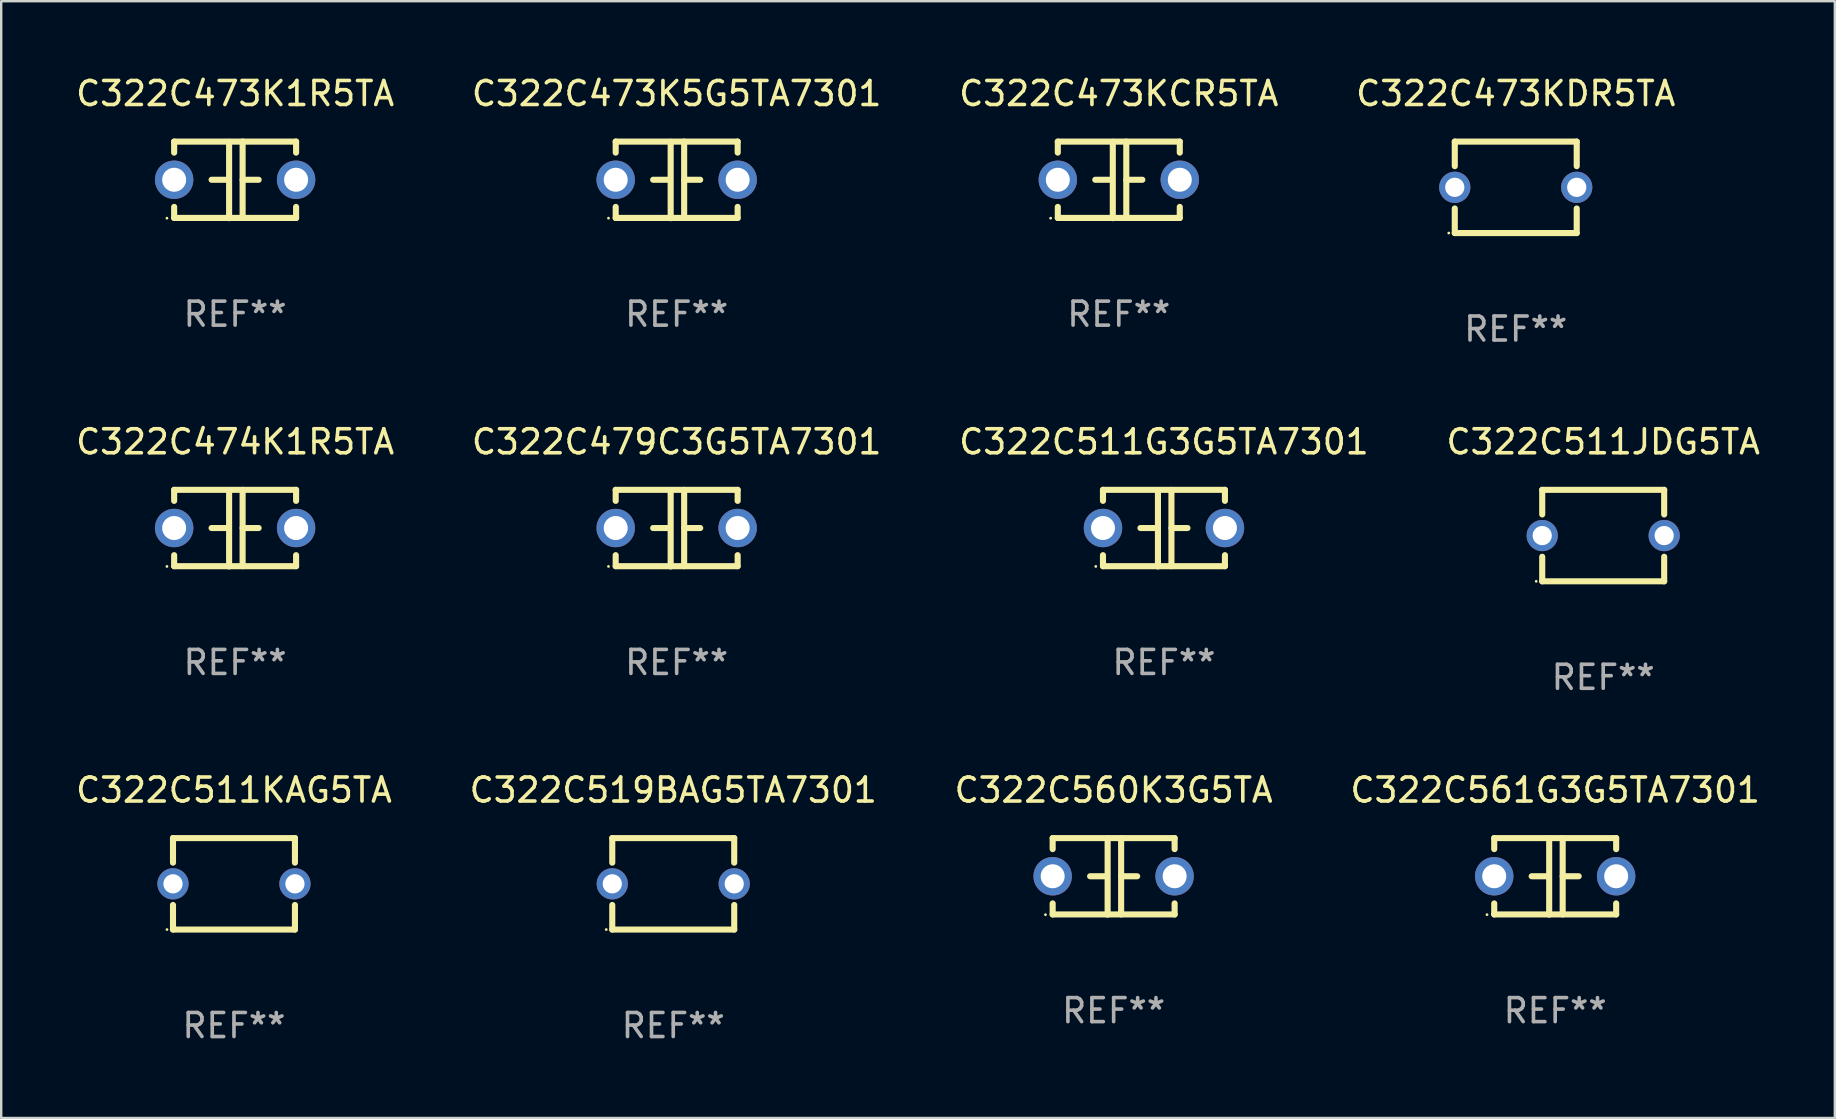
<source format=kicad_pcb>
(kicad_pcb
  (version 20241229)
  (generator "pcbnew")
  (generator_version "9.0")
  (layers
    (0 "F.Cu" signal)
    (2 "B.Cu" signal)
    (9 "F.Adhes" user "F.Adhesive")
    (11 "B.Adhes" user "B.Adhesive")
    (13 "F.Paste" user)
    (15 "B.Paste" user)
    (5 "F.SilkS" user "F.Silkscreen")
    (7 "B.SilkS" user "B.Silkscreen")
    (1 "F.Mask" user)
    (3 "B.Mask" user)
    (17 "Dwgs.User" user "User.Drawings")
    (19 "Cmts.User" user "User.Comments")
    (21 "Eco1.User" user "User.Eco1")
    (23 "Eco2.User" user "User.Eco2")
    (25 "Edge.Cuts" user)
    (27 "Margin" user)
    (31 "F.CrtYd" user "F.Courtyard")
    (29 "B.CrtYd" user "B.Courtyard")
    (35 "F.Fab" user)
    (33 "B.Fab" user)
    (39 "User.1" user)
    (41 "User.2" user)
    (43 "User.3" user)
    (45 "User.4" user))
  (footprint "C322C473KCR5TA"
    (layer "F.Cu")
    (at 43.554 4.443)
    (property "Reference" "C322C473KCR5TA" (at 0 -3.595 0) (layer "F.SilkS") (effects (font (size 1 1) (thickness 0.15))))
    (attr through_hole)
    (fp_line (start -2.54 -1.595) (end -2.54 -1.136) (stroke (width 0.254) (type solid)) (layer "F.SilkS"))
    (fp_line (start -2.54 -1.595) (end 2.54 -1.595) (stroke (width 0.254) (type solid)) (layer "F.SilkS"))
    (fp_line (start -2.54 1.126) (end -2.54 1.585) (stroke (width 0.254) (type solid)) (layer "F.SilkS"))
    (fp_line (start -0.312 -0.005) (end -0.98 -0.005) (stroke (width 0.254) (type solid)) (layer "F.SilkS"))
    (fp_line (start -0.25 -1.585) (end -0.25 1.595) (stroke (width 0.254) (type solid)) (layer "F.SilkS"))
    (fp_line (start 0.312 -1.595) (end 0.312 1.585) (stroke (width 0.254) (type solid)) (layer "F.SilkS"))
    (fp_line (start 0.312 -0.005) (end 0.98 -0.005) (stroke (width 0.254) (type solid)) (layer "F.SilkS"))
    (fp_line (start 2.54 -1.595) (end 2.54 -1.136) (stroke (width 0.254) (type solid)) (layer "F.SilkS"))
    (fp_line (start 2.54 1.126) (end 2.54 1.585) (stroke (width 0.254) (type solid)) (layer "F.SilkS"))
    (fp_line (start 2.54 1.585) (end -2.54 1.585) (stroke (width 0.254) (type solid)) (layer "F.SilkS"))
    (fp_circle (center -2.84 1.595) (end -2.81 1.595) (stroke (width 0.06) (type solid)) (fill no) (layer "F.SilkS"))
    (fp_text user "REF**" (at 0 5.595 0) (layer "F.Fab") (effects (font (size 1 1) (thickness 0.15))))
    (pad "1" thru_hole circle (at -2.54 -0.005) (size 1.6 1.6) (drill 1) (layers "*.Cu" "*.Mask"))
    (pad "2" thru_hole circle (at 2.54 -0.005) (size 1.6 1.6) (drill 1) (layers "*.Cu" "*.Mask")))
  (footprint "C322C473K5G5TA7301"
    (layer "F.Cu")
    (at 25.137 4.443)
    (property "Reference" "C322C473K5G5TA7301" (at 0 -3.595 0) (layer "F.SilkS") (effects (font (size 1 1) (thickness 0.15))))
    (attr through_hole)
    (fp_line (start -2.54 -1.595) (end -2.54 -1.136) (stroke (width 0.254) (type solid)) (layer "F.SilkS"))
    (fp_line (start -2.54 -1.595) (end 2.54 -1.595) (stroke (width 0.254) (type solid)) (layer "F.SilkS"))
    (fp_line (start -2.54 1.126) (end -2.54 1.585) (stroke (width 0.254) (type solid)) (layer "F.SilkS"))
    (fp_line (start -0.312 -0.005) (end -0.98 -0.005) (stroke (width 0.254) (type solid)) (layer "F.SilkS"))
    (fp_line (start -0.25 -1.585) (end -0.25 1.595) (stroke (width 0.254) (type solid)) (layer "F.SilkS"))
    (fp_line (start 0.312 -1.595) (end 0.312 1.585) (stroke (width 0.254) (type solid)) (layer "F.SilkS"))
    (fp_line (start 0.312 -0.005) (end 0.98 -0.005) (stroke (width 0.254) (type solid)) (layer "F.SilkS"))
    (fp_line (start 2.54 -1.595) (end 2.54 -1.136) (stroke (width 0.254) (type solid)) (layer "F.SilkS"))
    (fp_line (start 2.54 1.126) (end 2.54 1.585) (stroke (width 0.254) (type solid)) (layer "F.SilkS"))
    (fp_line (start 2.54 1.585) (end -2.54 1.585) (stroke (width 0.254) (type solid)) (layer "F.SilkS"))
    (fp_circle (center -2.84 1.595) (end -2.81 1.595) (stroke (width 0.06) (type solid)) (fill no) (layer "F.SilkS"))
    (fp_text user "REF**" (at 0 5.595 0) (layer "F.Fab") (effects (font (size 1 1) (thickness 0.15))))
    (pad "1" thru_hole circle (at -2.54 -0.005) (size 1.6 1.6) (drill 1) (layers "*.Cu" "*.Mask"))
    (pad "2" thru_hole circle (at 2.54 -0.005) (size 1.6 1.6) (drill 1) (layers "*.Cu" "*.Mask")))
  (footprint "C322C561G3G5TA7301"
    (layer "F.Cu")
    (at 61.732 33.456)
    (property "Reference" "C322C561G3G5TA7301" (at 0 -3.595 0) (layer "F.SilkS") (effects (font (size 1 1) (thickness 0.15))))
    (attr through_hole)
    (fp_line (start -2.54 -1.595) (end -2.54 -1.136) (stroke (width 0.254) (type solid)) (layer "F.SilkS"))
    (fp_line (start -2.54 -1.595) (end 2.54 -1.595) (stroke (width 0.254) (type solid)) (layer "F.SilkS"))
    (fp_line (start -2.54 1.126) (end -2.54 1.585) (stroke (width 0.254) (type solid)) (layer "F.SilkS"))
    (fp_line (start -0.312 -0.005) (end -0.98 -0.005) (stroke (width 0.254) (type solid)) (layer "F.SilkS"))
    (fp_line (start -0.25 -1.585) (end -0.25 1.595) (stroke (width 0.254) (type solid)) (layer "F.SilkS"))
    (fp_line (start 0.312 -1.595) (end 0.312 1.585) (stroke (width 0.254) (type solid)) (layer "F.SilkS"))
    (fp_line (start 0.312 -0.005) (end 0.98 -0.005) (stroke (width 0.254) (type solid)) (layer "F.SilkS"))
    (fp_line (start 2.54 -1.595) (end 2.54 -1.136) (stroke (width 0.254) (type solid)) (layer "F.SilkS"))
    (fp_line (start 2.54 1.126) (end 2.54 1.585) (stroke (width 0.254) (type solid)) (layer "F.SilkS"))
    (fp_line (start 2.54 1.585) (end -2.54 1.585) (stroke (width 0.254) (type solid)) (layer "F.SilkS"))
    (fp_circle (center -2.84 1.595) (end -2.81 1.595) (stroke (width 0.06) (type solid)) (fill no) (layer "F.SilkS"))
    (fp_text user "REF**" (at 0 5.595 0) (layer "F.Fab") (effects (font (size 1 1) (thickness 0.15))))
    (pad "1" thru_hole circle (at -2.54 -0.005) (size 1.6 1.6) (drill 1) (layers "*.Cu" "*.Mask"))
    (pad "2" thru_hole circle (at 2.54 -0.005) (size 1.6 1.6) (drill 1) (layers "*.Cu" "*.Mask")))
  (footprint "C322C474K1R5TA"
    (layer "F.Cu")
    (at 6.744 18.95)
    (property "Reference" "C322C474K1R5TA" (at 0 -3.595 0) (layer "F.SilkS") (effects (font (size 1 1) (thickness 0.15))))
    (attr through_hole)
    (fp_line (start -2.54 -1.595) (end -2.54 -1.136) (stroke (width 0.254) (type solid)) (layer "F.SilkS"))
    (fp_line (start -2.54 -1.595) (end 2.54 -1.595) (stroke (width 0.254) (type solid)) (layer "F.SilkS"))
    (fp_line (start -2.54 1.126) (end -2.54 1.585) (stroke (width 0.254) (type solid)) (layer "F.SilkS"))
    (fp_line (start -0.312 -0.005) (end -0.98 -0.005) (stroke (width 0.254) (type solid)) (layer "F.SilkS"))
    (fp_line (start -0.25 -1.585) (end -0.25 1.595) (stroke (width 0.254) (type solid)) (layer "F.SilkS"))
    (fp_line (start 0.312 -1.595) (end 0.312 1.585) (stroke (width 0.254) (type solid)) (layer "F.SilkS"))
    (fp_line (start 0.312 -0.005) (end 0.98 -0.005) (stroke (width 0.254) (type solid)) (layer "F.SilkS"))
    (fp_line (start 2.54 -1.595) (end 2.54 -1.136) (stroke (width 0.254) (type solid)) (layer "F.SilkS"))
    (fp_line (start 2.54 1.126) (end 2.54 1.585) (stroke (width 0.254) (type solid)) (layer "F.SilkS"))
    (fp_line (start 2.54 1.585) (end -2.54 1.585) (stroke (width 0.254) (type solid)) (layer "F.SilkS"))
    (fp_circle (center -2.84 1.595) (end -2.81 1.595) (stroke (width 0.06) (type solid)) (fill no) (layer "F.SilkS"))
    (fp_text user "REF**" (at 0 5.595 0) (layer "F.Fab") (effects (font (size 1 1) (thickness 0.15))))
    (pad "1" thru_hole circle (at -2.54 -0.005) (size 1.6 1.6) (drill 1) (layers "*.Cu" "*.Mask"))
    (pad "2" thru_hole circle (at 2.54 -0.005) (size 1.6 1.6) (drill 1) (layers "*.Cu" "*.Mask")))
  (footprint "C322C511KAG5TA"
    (layer "F.Cu")
    (at 6.696 33.766)
    (property "Reference" "C322C511KAG5TA" (at 0 -3.905 0) (layer "F.SilkS") (effects (font (size 1 1) (thickness 0.15))))
    (attr through_hole)
    (fp_line (start -2.54 -1.905) (end -2.54 -0.881) (stroke (width 0.254) (type solid)) (layer "F.SilkS"))
    (fp_line (start -2.54 0.881) (end -2.54 1.905) (stroke (width 0.254) (type solid)) (layer "F.SilkS"))
    (fp_line (start -2.54 1.905) (end 2.54 1.905) (stroke (width 0.254) (type solid)) (layer "F.SilkS"))
    (fp_line (start 2.54 -1.905) (end -2.54 -1.905) (stroke (width 0.254) (type solid)) (layer "F.SilkS"))
    (fp_line (start 2.54 -0.881) (end 2.54 -1.905) (stroke (width 0.254) (type solid)) (layer "F.SilkS"))
    (fp_line (start 2.54 1.905) (end 2.54 0.881) (stroke (width 0.254) (type solid)) (layer "F.SilkS"))
    (fp_circle (center -2.79 1.905) (end -2.76 1.905) (stroke (width 0.06) (type solid)) (fill no) (layer "F.SilkS"))
    (fp_text user "REF**" (at 0 5.905 0) (layer "F.Fab") (effects (font (size 1 1) (thickness 0.15))))
    (pad "1" thru_hole circle (at -2.54 0) (size 1.3 1.3) (drill 0.8) (layers "*.Cu" "*.Mask"))
    (pad "2" thru_hole circle (at 2.54 0) (size 1.3 1.3) (drill 0.8) (layers "*.Cu" "*.Mask")))
  (footprint "C322C519BAG5TA7301"
    (layer "F.Cu")
    (at 24.994 33.766)
    (property "Reference" "C322C519BAG5TA7301" (at 0 -3.905 0) (layer "F.SilkS") (effects (font (size 1 1) (thickness 0.15))))
    (attr through_hole)
    (fp_line (start -2.54 -1.905) (end -2.54 -0.881) (stroke (width 0.254) (type solid)) (layer "F.SilkS"))
    (fp_line (start -2.54 0.881) (end -2.54 1.905) (stroke (width 0.254) (type solid)) (layer "F.SilkS"))
    (fp_line (start -2.54 1.905) (end 2.54 1.905) (stroke (width 0.254) (type solid)) (layer "F.SilkS"))
    (fp_line (start 2.54 -1.905) (end -2.54 -1.905) (stroke (width 0.254) (type solid)) (layer "F.SilkS"))
    (fp_line (start 2.54 -0.881) (end 2.54 -1.905) (stroke (width 0.254) (type solid)) (layer "F.SilkS"))
    (fp_line (start 2.54 1.905) (end 2.54 0.881) (stroke (width 0.254) (type solid)) (layer "F.SilkS"))
    (fp_circle (center -2.79 1.905) (end -2.76 1.905) (stroke (width 0.06) (type solid)) (fill no) (layer "F.SilkS"))
    (fp_text user "REF**" (at 0 5.905 0) (layer "F.Fab") (effects (font (size 1 1) (thickness 0.15))))
    (pad "1" thru_hole circle (at -2.54 0) (size 1.3 1.3) (drill 0.8) (layers "*.Cu" "*.Mask"))
    (pad "2" thru_hole circle (at 2.54 0) (size 1.3 1.3) (drill 0.8) (layers "*.Cu" "*.Mask")))
  (footprint "C322C511JDG5TA"
    (layer "F.Cu")
    (at 63.732 19.26)
    (property "Reference" "C322C511JDG5TA" (at 0 -3.905 0) (layer "F.SilkS") (effects (font (size 1 1) (thickness 0.15))))
    (attr through_hole)
    (fp_line (start -2.54 -1.905) (end -2.54 -0.881) (stroke (width 0.254) (type solid)) (layer "F.SilkS"))
    (fp_line (start -2.54 0.881) (end -2.54 1.905) (stroke (width 0.254) (type solid)) (layer "F.SilkS"))
    (fp_line (start -2.54 1.905) (end 2.54 1.905) (stroke (width 0.254) (type solid)) (layer "F.SilkS"))
    (fp_line (start 2.54 -1.905) (end -2.54 -1.905) (stroke (width 0.254) (type solid)) (layer "F.SilkS"))
    (fp_line (start 2.54 -0.881) (end 2.54 -1.905) (stroke (width 0.254) (type solid)) (layer "F.SilkS"))
    (fp_line (start 2.54 1.905) (end 2.54 0.881) (stroke (width 0.254) (type solid)) (layer "F.SilkS"))
    (fp_circle (center -2.79 1.905) (end -2.76 1.905) (stroke (width 0.06) (type solid)) (fill no) (layer "F.SilkS"))
    (fp_text user "REF**" (at 0 5.905 0) (layer "F.Fab") (effects (font (size 1 1) (thickness 0.15))))
    (pad "1" thru_hole circle (at -2.54 0) (size 1.3 1.3) (drill 0.8) (layers "*.Cu" "*.Mask"))
    (pad "2" thru_hole circle (at 2.54 0) (size 1.3 1.3) (drill 0.8) (layers "*.Cu" "*.Mask")))
  (footprint "C322C560K3G5TA"
    (layer "F.Cu")
    (at 43.339 33.456)
    (property "Reference" "C322C560K3G5TA" (at 0 -3.595 0) (layer "F.SilkS") (effects (font (size 1 1) (thickness 0.15))))
    (attr through_hole)
    (fp_line (start -2.54 -1.595) (end -2.54 -1.136) (stroke (width 0.254) (type solid)) (layer "F.SilkS"))
    (fp_line (start -2.54 -1.595) (end 2.54 -1.595) (stroke (width 0.254) (type solid)) (layer "F.SilkS"))
    (fp_line (start -2.54 1.126) (end -2.54 1.585) (stroke (width 0.254) (type solid)) (layer "F.SilkS"))
    (fp_line (start -0.312 -0.005) (end -0.98 -0.005) (stroke (width 0.254) (type solid)) (layer "F.SilkS"))
    (fp_line (start -0.25 -1.585) (end -0.25 1.595) (stroke (width 0.254) (type solid)) (layer "F.SilkS"))
    (fp_line (start 0.312 -1.595) (end 0.312 1.585) (stroke (width 0.254) (type solid)) (layer "F.SilkS"))
    (fp_line (start 0.312 -0.005) (end 0.98 -0.005) (stroke (width 0.254) (type solid)) (layer "F.SilkS"))
    (fp_line (start 2.54 -1.595) (end 2.54 -1.136) (stroke (width 0.254) (type solid)) (layer "F.SilkS"))
    (fp_line (start 2.54 1.126) (end 2.54 1.585) (stroke (width 0.254) (type solid)) (layer "F.SilkS"))
    (fp_line (start 2.54 1.585) (end -2.54 1.585) (stroke (width 0.254) (type solid)) (layer "F.SilkS"))
    (fp_circle (center -2.84 1.595) (end -2.81 1.595) (stroke (width 0.06) (type solid)) (fill no) (layer "F.SilkS"))
    (fp_text user "REF**" (at 0 5.595 0) (layer "F.Fab") (effects (font (size 1 1) (thickness 0.15))))
    (pad "1" thru_hole circle (at -2.54 -0.005) (size 1.6 1.6) (drill 1) (layers "*.Cu" "*.Mask"))
    (pad "2" thru_hole circle (at 2.54 -0.005) (size 1.6 1.6) (drill 1) (layers "*.Cu" "*.Mask")))
  (footprint "C322C511G3G5TA7301"
    (layer "F.Cu")
    (at 45.435 18.95)
    (property "Reference" "C322C511G3G5TA7301" (at 0 -3.595 0) (layer "F.SilkS") (effects (font (size 1 1) (thickness 0.15))))
    (attr through_hole)
    (fp_line (start -2.54 -1.595) (end -2.54 -1.136) (stroke (width 0.254) (type solid)) (layer "F.SilkS"))
    (fp_line (start -2.54 -1.595) (end 2.54 -1.595) (stroke (width 0.254) (type solid)) (layer "F.SilkS"))
    (fp_line (start -2.54 1.126) (end -2.54 1.585) (stroke (width 0.254) (type solid)) (layer "F.SilkS"))
    (fp_line (start -0.312 -0.005) (end -0.98 -0.005) (stroke (width 0.254) (type solid)) (layer "F.SilkS"))
    (fp_line (start -0.25 -1.585) (end -0.25 1.595) (stroke (width 0.254) (type solid)) (layer "F.SilkS"))
    (fp_line (start 0.312 -1.595) (end 0.312 1.585) (stroke (width 0.254) (type solid)) (layer "F.SilkS"))
    (fp_line (start 0.312 -0.005) (end 0.98 -0.005) (stroke (width 0.254) (type solid)) (layer "F.SilkS"))
    (fp_line (start 2.54 -1.595) (end 2.54 -1.136) (stroke (width 0.254) (type solid)) (layer "F.SilkS"))
    (fp_line (start 2.54 1.126) (end 2.54 1.585) (stroke (width 0.254) (type solid)) (layer "F.SilkS"))
    (fp_line (start 2.54 1.585) (end -2.54 1.585) (stroke (width 0.254) (type solid)) (layer "F.SilkS"))
    (fp_circle (center -2.84 1.595) (end -2.81 1.595) (stroke (width 0.06) (type solid)) (fill no) (layer "F.SilkS"))
    (fp_text user "REF**" (at 0 5.595 0) (layer "F.Fab") (effects (font (size 1 1) (thickness 0.15))))
    (pad "1" thru_hole circle (at -2.54 -0.005) (size 1.6 1.6) (drill 1) (layers "*.Cu" "*.Mask"))
    (pad "2" thru_hole circle (at 2.54 -0.005) (size 1.6 1.6) (drill 1) (layers "*.Cu" "*.Mask")))
  (footprint "C322C473K1R5TA"
    (layer "F.Cu")
    (at 6.744 4.443)
    (property "Reference" "C322C473K1R5TA" (at 0 -3.595 0) (layer "F.SilkS") (effects (font (size 1 1) (thickness 0.15))))
    (attr through_hole)
    (fp_line (start -2.54 -1.595) (end -2.54 -1.136) (stroke (width 0.254) (type solid)) (layer "F.SilkS"))
    (fp_line (start -2.54 -1.595) (end 2.54 -1.595) (stroke (width 0.254) (type solid)) (layer "F.SilkS"))
    (fp_line (start -2.54 1.126) (end -2.54 1.585) (stroke (width 0.254) (type solid)) (layer "F.SilkS"))
    (fp_line (start -0.312 -0.005) (end -0.98 -0.005) (stroke (width 0.254) (type solid)) (layer "F.SilkS"))
    (fp_line (start -0.25 -1.585) (end -0.25 1.595) (stroke (width 0.254) (type solid)) (layer "F.SilkS"))
    (fp_line (start 0.312 -1.595) (end 0.312 1.585) (stroke (width 0.254) (type solid)) (layer "F.SilkS"))
    (fp_line (start 0.312 -0.005) (end 0.98 -0.005) (stroke (width 0.254) (type solid)) (layer "F.SilkS"))
    (fp_line (start 2.54 -1.595) (end 2.54 -1.136) (stroke (width 0.254) (type solid)) (layer "F.SilkS"))
    (fp_line (start 2.54 1.126) (end 2.54 1.585) (stroke (width 0.254) (type solid)) (layer "F.SilkS"))
    (fp_line (start 2.54 1.585) (end -2.54 1.585) (stroke (width 0.254) (type solid)) (layer "F.SilkS"))
    (fp_circle (center -2.84 1.595) (end -2.81 1.595) (stroke (width 0.06) (type solid)) (fill no) (layer "F.SilkS"))
    (fp_text user "REF**" (at 0 5.595 0) (layer "F.Fab") (effects (font (size 1 1) (thickness 0.15))))
    (pad "1" thru_hole circle (at -2.54 -0.005) (size 1.6 1.6) (drill 1) (layers "*.Cu" "*.Mask"))
    (pad "2" thru_hole circle (at 2.54 -0.005) (size 1.6 1.6) (drill 1) (layers "*.Cu" "*.Mask")))
  (footprint "C322C479C3G5TA7301"
    (layer "F.Cu")
    (at 25.137 18.95)
    (property "Reference" "C322C479C3G5TA7301" (at 0 -3.595 0) (layer "F.SilkS") (effects (font (size 1 1) (thickness 0.15))))
    (attr through_hole)
    (fp_line (start -2.54 -1.595) (end -2.54 -1.136) (stroke (width 0.254) (type solid)) (layer "F.SilkS"))
    (fp_line (start -2.54 -1.595) (end 2.54 -1.595) (stroke (width 0.254) (type solid)) (layer "F.SilkS"))
    (fp_line (start -2.54 1.126) (end -2.54 1.585) (stroke (width 0.254) (type solid)) (layer "F.SilkS"))
    (fp_line (start -0.312 -0.005) (end -0.98 -0.005) (stroke (width 0.254) (type solid)) (layer "F.SilkS"))
    (fp_line (start -0.25 -1.585) (end -0.25 1.595) (stroke (width 0.254) (type solid)) (layer "F.SilkS"))
    (fp_line (start 0.312 -1.595) (end 0.312 1.585) (stroke (width 0.254) (type solid)) (layer "F.SilkS"))
    (fp_line (start 0.312 -0.005) (end 0.98 -0.005) (stroke (width 0.254) (type solid)) (layer "F.SilkS"))
    (fp_line (start 2.54 -1.595) (end 2.54 -1.136) (stroke (width 0.254) (type solid)) (layer "F.SilkS"))
    (fp_line (start 2.54 1.126) (end 2.54 1.585) (stroke (width 0.254) (type solid)) (layer "F.SilkS"))
    (fp_line (start 2.54 1.585) (end -2.54 1.585) (stroke (width 0.254) (type solid)) (layer "F.SilkS"))
    (fp_circle (center -2.84 1.595) (end -2.81 1.595) (stroke (width 0.06) (type solid)) (fill no) (layer "F.SilkS"))
    (fp_text user "REF**" (at 0 5.595 0) (layer "F.Fab") (effects (font (size 1 1) (thickness 0.15))))
    (pad "1" thru_hole circle (at -2.54 -0.005) (size 1.6 1.6) (drill 1) (layers "*.Cu" "*.Mask"))
    (pad "2" thru_hole circle (at 2.54 -0.005) (size 1.6 1.6) (drill 1) (layers "*.Cu" "*.Mask")))
  (footprint "C322C473KDR5TA"
    (layer "F.Cu")
    (at 60.089 4.753)
    (property "Reference" "C322C473KDR5TA" (at 0 -3.905 0) (layer "F.SilkS") (effects (font (size 1 1) (thickness 0.15))))
    (attr through_hole)
    (fp_line (start -2.54 -1.905) (end -2.54 -0.881) (stroke (width 0.254) (type solid)) (layer "F.SilkS"))
    (fp_line (start -2.54 0.881) (end -2.54 1.905) (stroke (width 0.254) (type solid)) (layer "F.SilkS"))
    (fp_line (start -2.54 1.905) (end 2.54 1.905) (stroke (width 0.254) (type solid)) (layer "F.SilkS"))
    (fp_line (start 2.54 -1.905) (end -2.54 -1.905) (stroke (width 0.254) (type solid)) (layer "F.SilkS"))
    (fp_line (start 2.54 -0.881) (end 2.54 -1.905) (stroke (width 0.254) (type solid)) (layer "F.SilkS"))
    (fp_line (start 2.54 1.905) (end 2.54 0.881) (stroke (width 0.254) (type solid)) (layer "F.SilkS"))
    (fp_circle (center -2.79 1.905) (end -2.76 1.905) (stroke (width 0.06) (type solid)) (fill no) (layer "F.SilkS"))
    (fp_text user "REF**" (at 0 5.905 0) (layer "F.Fab") (effects (font (size 1 1) (thickness 0.15))))
    (pad "1" thru_hole circle (at -2.54 0) (size 1.3 1.3) (drill 0.8) (layers "*.Cu" "*.Mask"))
    (pad "2" thru_hole circle (at 2.54 0) (size 1.3 1.3) (drill 0.8) (layers "*.Cu" "*.Mask")))
  (gr_rect
    (start -3 -3)
    (end 73.381 43.52)
    (stroke (width 0.1) (type default))
    (fill no)
    (layer "Edge.Cuts")))
</source>
